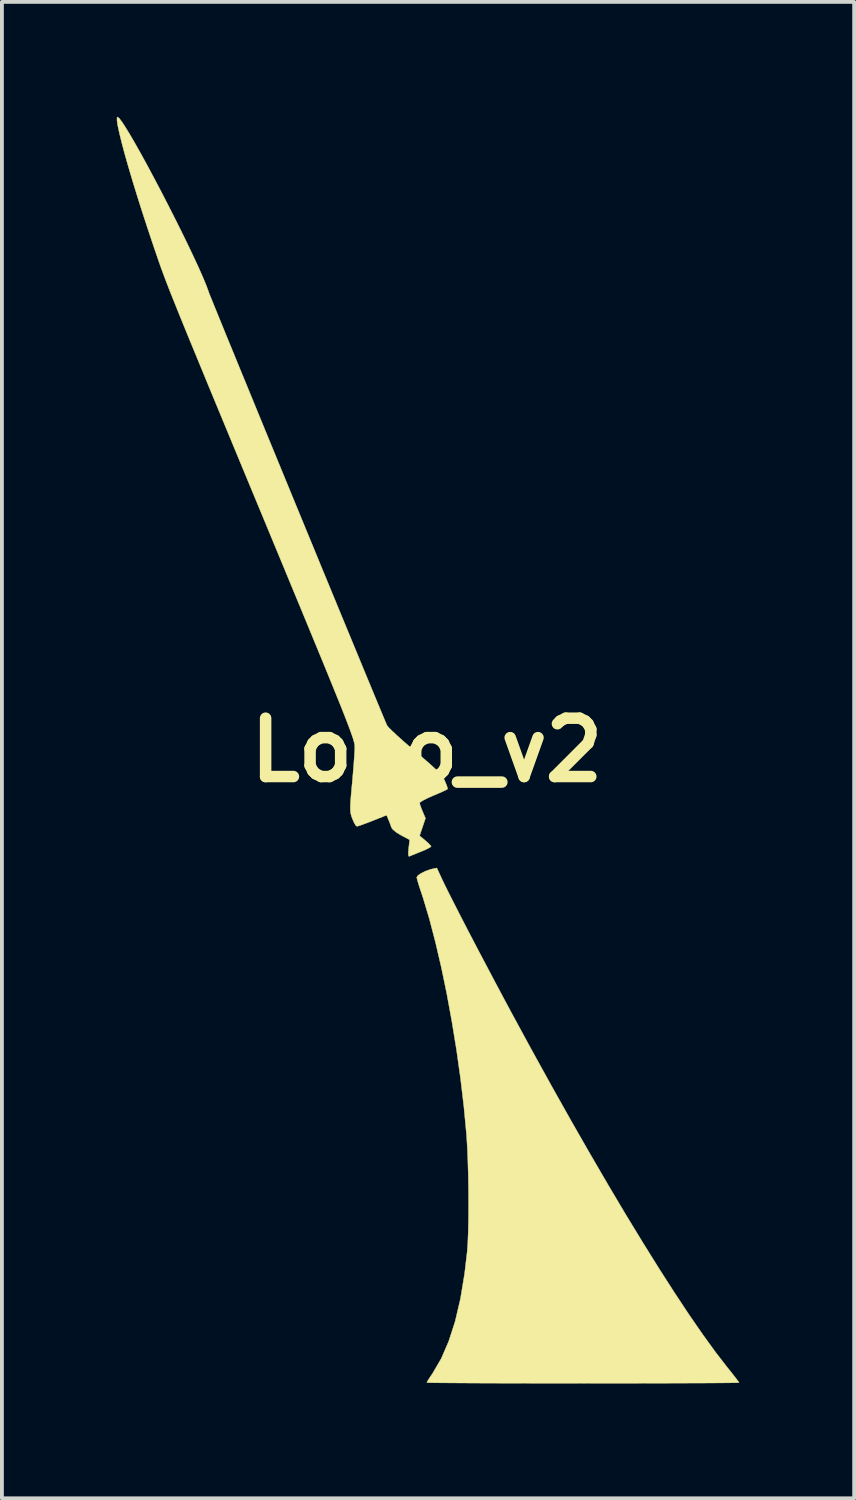
<source format=kicad_pcb>
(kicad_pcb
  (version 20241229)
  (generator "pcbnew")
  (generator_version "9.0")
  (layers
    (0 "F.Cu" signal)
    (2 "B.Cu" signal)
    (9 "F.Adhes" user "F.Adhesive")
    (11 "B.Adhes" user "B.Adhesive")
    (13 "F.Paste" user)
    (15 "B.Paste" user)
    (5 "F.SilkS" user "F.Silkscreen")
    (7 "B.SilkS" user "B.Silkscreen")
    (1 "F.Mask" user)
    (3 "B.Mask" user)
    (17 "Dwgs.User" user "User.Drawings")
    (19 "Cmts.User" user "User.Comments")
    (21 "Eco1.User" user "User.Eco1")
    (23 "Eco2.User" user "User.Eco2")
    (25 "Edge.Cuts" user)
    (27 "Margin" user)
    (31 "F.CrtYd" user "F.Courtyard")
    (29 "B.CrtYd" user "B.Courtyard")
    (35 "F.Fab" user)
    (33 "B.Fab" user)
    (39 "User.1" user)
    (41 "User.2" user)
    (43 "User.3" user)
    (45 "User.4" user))
  (footprint "Logo_v2"
    (layer "F.Cu")
    (at 8.095 16.538)
    (property "Reference" "Logo_v2" (at 0 0 0) (layer "F.SilkS") (effects (font (size 1.524 1.524) (thickness 0.3))))
    (attr through_hole)
    (fp_poly (pts (xy 0.406 3.388) (xy 0.473 3.528) (xy 0.571 3.726) (xy 0.697 3.974) (xy 0.845 4.264) (xy 1.011 4.587) (xy 1.192 4.935) (xy 1.383 5.3) (xy 1.58 5.673) (xy 1.778 6.048) (xy 1.973 6.414) (xy 2.161 6.765) (xy 2.19 6.82) (xy 2.72 7.796) (xy 3.241 8.74) (xy 3.751 9.648) (xy 4.248 10.517) (xy 4.73 11.344) (xy 5.195 12.127) (xy 5.643 12.862) (xy 6.07 13.547) (xy 6.475 14.178) (xy 6.856 14.753) (xy 7.212 15.268) (xy 7.54 15.721) (xy 7.839 16.108) (xy 7.842 16.112) (xy 7.958 16.256) (xy 8.054 16.379) (xy 8.121 16.468) (xy 8.153 16.513) (xy 8.154 16.516) (xy 8.117 16.518) (xy 8.01 16.52) (xy 7.837 16.522) (xy 7.604 16.524) (xy 7.315 16.526) (xy 6.975 16.527) (xy 6.589 16.529) (xy 6.161 16.53) (xy 5.697 16.531) (xy 5.201 16.532) (xy 4.678 16.532) (xy 4.134 16.533) (xy 4.077 16.533) (xy 3.53 16.532) (xy 3.005 16.532) (xy 2.506 16.531) (xy 2.039 16.53) (xy 1.607 16.529) (xy 1.216 16.527) (xy 0.871 16.525) (xy 0.577 16.523) (xy 0.338 16.521) (xy 0.159 16.519) (xy 0.045 16.516) (xy 0.000395 16.514) (xy 0 16.513) (xy 0.02 16.475) (xy 0.071 16.392) (xy 0.144 16.283) (xy 0.151 16.273) (xy 0.376 15.888) (xy 0.572 15.435) (xy 0.74 14.915) (xy 0.878 14.326) (xy 0.987 13.668) (xy 1.054 13.097) (xy 1.07 12.869) (xy 1.082 12.579) (xy 1.089 12.244) (xy 1.091 11.878) (xy 1.089 11.494) (xy 1.083 11.107) (xy 1.072 10.733) (xy 1.058 10.385) (xy 1.039 10.077) (xy 1.034 10.013) (xy 0.967 9.301) (xy 0.88 8.569) (xy 0.776 7.83) (xy 0.656 7.094) (xy 0.524 6.372) (xy 0.38 5.677) (xy 0.227 5.02) (xy 0.068 4.411) (xy -0.096 3.863) (xy -0.149 3.703) (xy -0.199 3.552) (xy -0.238 3.424) (xy -0.26 3.34) (xy -0.263 3.319) (xy -0.23 3.271) (xy -0.146 3.214) (xy -0.03 3.157) (xy 0.096 3.113) (xy 0.14 3.102) (xy 0.261 3.076) (xy 0.406 3.388)) (stroke (width 0.01) (type solid)) (fill yes) (layer "F.SilkS"))
    (fp_poly (pts (xy -8.033 -16.5) (xy -7.961 -16.406) (xy -7.864 -16.257) (xy -7.744 -16.06) (xy -7.606 -15.822) (xy -7.453 -15.549) (xy -7.288 -15.248) (xy -7.116 -14.925) (xy -6.938 -14.588) (xy -6.76 -14.242) (xy -6.583 -13.894) (xy -6.412 -13.551) (xy -6.25 -13.22) (xy -6.101 -12.907) (xy -5.967 -12.619) (xy -5.853 -12.362) (xy -5.762 -12.143) (xy -5.697 -11.969) (xy -5.691 -11.949) (xy -5.672 -11.898) (xy -5.625 -11.784) (xy -5.554 -11.608) (xy -5.46 -11.377) (xy -5.345 -11.095) (xy -5.211 -10.765) (xy -5.058 -10.394) (xy -4.891 -9.985) (xy -4.709 -9.543) (xy -4.516 -9.072) (xy -4.313 -8.577) (xy -4.102 -8.063) (xy -3.884 -7.534) (xy -3.662 -6.994) (xy -3.438 -6.449) (xy -3.213 -5.902) (xy -2.989 -5.359) (xy -2.769 -4.823) (xy -2.553 -4.3) (xy -2.344 -3.793) (xy -2.144 -3.308) (xy -1.954 -2.849) (xy -1.777 -2.421) (xy -1.615 -2.027) (xy -1.468 -1.673) (xy -1.34 -1.364) (xy -1.231 -1.102) (xy -1.145 -0.895) (xy -1.082 -0.745) (xy -1.044 -0.657) (xy -1.038 -0.644) (xy -0.999 -0.595) (xy -0.91 -0.506) (xy -0.781 -0.385) (xy -0.619 -0.24) (xy -0.434 -0.079) (xy -0.307 0.029) (xy -0.082 0.219) (xy 0.091 0.37) (xy 0.221 0.489) (xy 0.317 0.583) (xy 0.384 0.66) (xy 0.431 0.729) (xy 0.467 0.796) (xy 0.47 0.804) (xy 0.515 0.912) (xy 0.541 0.99) (xy 0.543 1.016) (xy 0.506 1.037) (xy 0.414 1.081) (xy 0.283 1.138) (xy 0.172 1.185) (xy 0.023 1.251) (xy -0.096 1.311) (xy -0.17 1.357) (xy -0.188 1.378) (xy -0.174 1.435) (xy -0.138 1.534) (xy -0.111 1.6) (xy -0.035 1.778) (xy -0.112 2.007) (xy -0.189 2.235) (xy -0.038 2.361) (xy 0.047 2.437) (xy 0.102 2.495) (xy 0.113 2.515) (xy 0.08 2.541) (xy -0.005 2.586) (xy -0.127 2.639) (xy -0.159 2.652) (xy -0.293 2.706) (xy -0.4 2.749) (xy -0.46 2.774) (xy -0.465 2.776) (xy -0.48 2.75) (xy -0.482 2.665) (xy -0.474 2.566) (xy -0.448 2.341) (xy -0.673 2.222) (xy -0.8 2.144) (xy -0.89 2.069) (xy -0.923 2.022) (xy -0.955 1.93) (xy -0.998 1.822) (xy -0.999 1.82) (xy -1.05 1.698) (xy -1.417 1.844) (xy -1.573 1.904) (xy -1.705 1.953) (xy -1.796 1.983) (xy -1.827 1.99) (xy -1.861 1.959) (xy -1.908 1.876) (xy -1.942 1.794) (xy -1.968 1.724) (xy -1.985 1.661) (xy -1.995 1.592) (xy -1.998 1.505) (xy -1.994 1.387) (xy -1.982 1.226) (xy -1.963 1.01) (xy -1.949 0.864) (xy -1.928 0.621) (xy -1.909 0.388) (xy -1.894 0.183) (xy -1.884 0.02) (xy -1.88 -0.082) (xy -1.882 -0.114) (xy -1.886 -0.151) (xy -1.896 -0.198) (xy -1.912 -0.257) (xy -1.935 -0.333) (xy -1.968 -0.427) (xy -2.01 -0.544) (xy -2.064 -0.687) (xy -2.13 -0.858) (xy -2.21 -1.062) (xy -2.306 -1.301) (xy -2.419 -1.578) (xy -2.549 -1.898) (xy -2.698 -2.263) (xy -2.868 -2.676) (xy -3.06 -3.141) (xy -3.274 -3.661) (xy -3.514 -4.239) (xy -3.778 -4.878) (xy -4.07 -5.582) (xy -4.212 -5.925) (xy -4.531 -6.694) (xy -4.823 -7.397) (xy -5.088 -8.037) (xy -5.329 -8.619) (xy -5.547 -9.145) (xy -5.743 -9.619) (xy -5.918 -10.045) (xy -6.075 -10.426) (xy -6.215 -10.765) (xy -6.338 -11.067) (xy -6.447 -11.334) (xy -6.542 -11.57) (xy -6.626 -11.779) (xy -6.7 -11.964) (xy -6.764 -12.129) (xy -6.821 -12.276) (xy -6.871 -12.411) (xy -6.917 -12.535) (xy -6.96 -12.653) (xy -7 -12.768) (xy -7.04 -12.884) (xy -7.081 -13.004) (xy -7.125 -13.131) (xy -7.144 -13.188) (xy -7.294 -13.637) (xy -7.436 -14.072) (xy -7.568 -14.49) (xy -7.689 -14.884) (xy -7.797 -15.249) (xy -7.891 -15.579) (xy -7.968 -15.87) (xy -8.028 -16.115) (xy -8.07 -16.308) (xy -8.09 -16.445) (xy -8.089 -16.52) (xy -8.077 -16.533) (xy -8.033 -16.5)) (stroke (width 0.01) (type solid)) (fill yes) (layer "F.SilkS")))
  (gr_rect
    (start -3 -3)
    (end 19.254 36.075)
    (stroke (width 0.1) (type default))
    (fill no)
    (layer "Edge.Cuts")))
</source>
